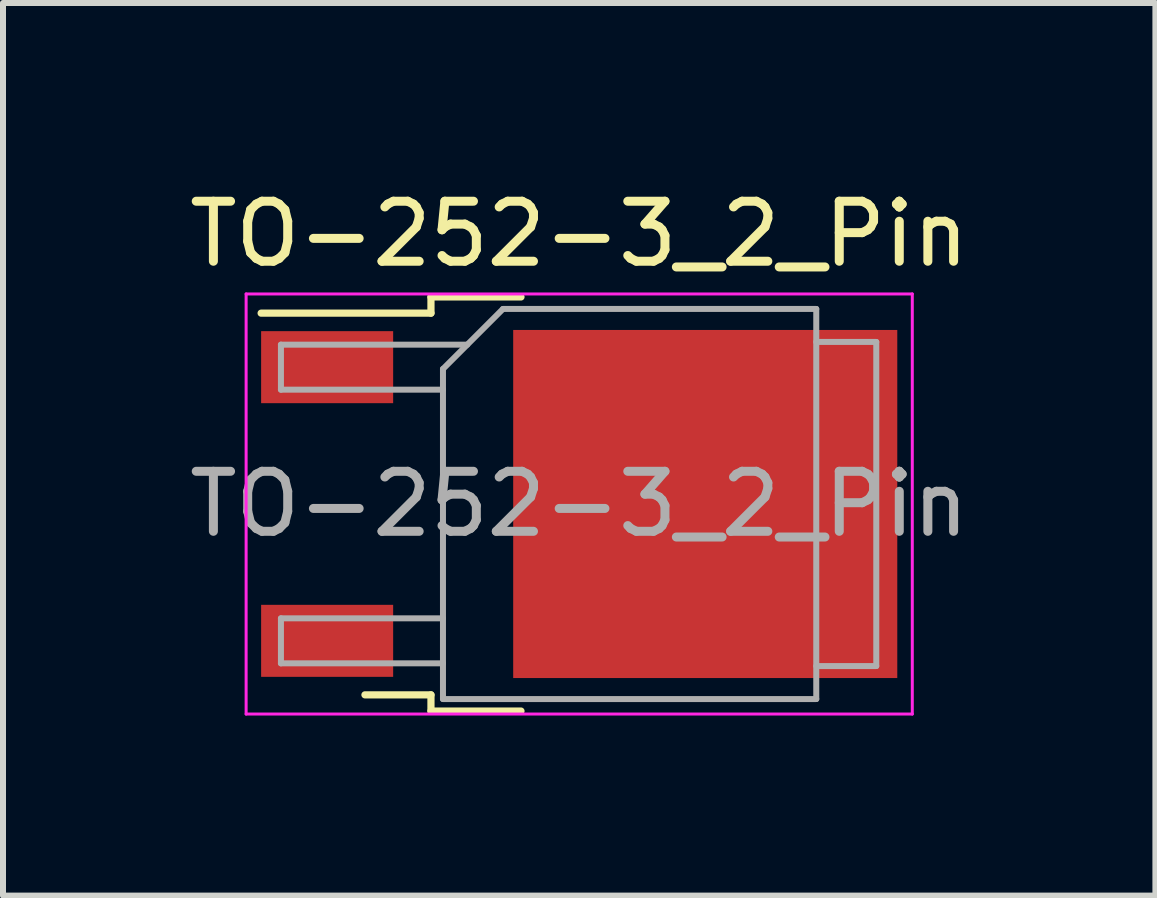
<source format=kicad_pcb>
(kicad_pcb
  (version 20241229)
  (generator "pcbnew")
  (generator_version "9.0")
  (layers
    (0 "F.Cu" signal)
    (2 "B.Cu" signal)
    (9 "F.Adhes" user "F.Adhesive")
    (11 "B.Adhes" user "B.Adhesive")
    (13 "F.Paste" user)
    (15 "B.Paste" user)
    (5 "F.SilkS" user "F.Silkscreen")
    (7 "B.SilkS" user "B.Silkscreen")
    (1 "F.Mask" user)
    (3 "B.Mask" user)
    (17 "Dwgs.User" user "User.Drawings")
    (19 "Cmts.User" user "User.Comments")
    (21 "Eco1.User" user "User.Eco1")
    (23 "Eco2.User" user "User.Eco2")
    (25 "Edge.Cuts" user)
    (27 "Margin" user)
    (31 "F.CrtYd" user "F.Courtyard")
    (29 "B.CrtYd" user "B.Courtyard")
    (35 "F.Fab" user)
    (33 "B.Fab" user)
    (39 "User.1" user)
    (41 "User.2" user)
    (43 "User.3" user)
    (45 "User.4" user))
  (footprint "TO-252-3_2_Pin"
    (layer "F.Cu")
    (at 6.601 5.348)
    (property "Reference" "TO-252-3_2_Pin" (at 0 -4.5 0) (layer "F.SilkS") (effects (font (size 1 1) (thickness 0.15))))
    (attr smd)
    (fp_line (start -2.47 -3.45) (end -2.47 -3.18) (stroke (width 0.12) (type solid)) (layer "F.SilkS"))
    (fp_line (start -2.47 -3.18) (end -5.3 -3.18) (stroke (width 0.12) (type solid)) (layer "F.SilkS"))
    (fp_line (start -2.47 3.18) (end -3.57 3.18) (stroke (width 0.12) (type solid)) (layer "F.SilkS"))
    (fp_line (start -2.47 3.45) (end -2.47 3.18) (stroke (width 0.12) (type solid)) (layer "F.SilkS"))
    (fp_line (start -0.97 -3.45) (end -2.47 -3.45) (stroke (width 0.12) (type solid)) (layer "F.SilkS"))
    (fp_line (start -0.97 3.45) (end -2.47 3.45) (stroke (width 0.12) (type solid)) (layer "F.SilkS"))
    (fp_line (start -5.55 -3.5) (end -5.55 3.5) (stroke (width 0.05) (type solid)) (layer "F.CrtYd"))
    (fp_line (start -5.55 3.5) (end 5.55 3.5) (stroke (width 0.05) (type solid)) (layer "F.CrtYd"))
    (fp_line (start 5.55 -3.5) (end -5.55 -3.5) (stroke (width 0.05) (type solid)) (layer "F.CrtYd"))
    (fp_line (start 5.55 3.5) (end 5.55 -3.5) (stroke (width 0.05) (type solid)) (layer "F.CrtYd"))
    (fp_line (start -4.97 -2.655) (end -4.97 -1.905) (stroke (width 0.1) (type solid)) (layer "F.Fab"))
    (fp_line (start -4.97 -1.905) (end -2.27 -1.905) (stroke (width 0.1) (type solid)) (layer "F.Fab"))
    (fp_line (start -4.97 1.905) (end -4.97 2.655) (stroke (width 0.1) (type solid)) (layer "F.Fab"))
    (fp_line (start -4.97 2.655) (end -2.27 2.655) (stroke (width 0.1) (type solid)) (layer "F.Fab"))
    (fp_line (start -2.27 -2.25) (end -1.27 -3.25) (stroke (width 0.1) (type solid)) (layer "F.Fab"))
    (fp_line (start -2.27 1.905) (end -4.97 1.905) (stroke (width 0.1) (type solid)) (layer "F.Fab"))
    (fp_line (start -2.27 3.25) (end -2.27 -2.25) (stroke (width 0.1) (type solid)) (layer "F.Fab"))
    (fp_line (start -1.865 -2.655) (end -4.97 -2.655) (stroke (width 0.1) (type solid)) (layer "F.Fab"))
    (fp_line (start -1.27 -3.25) (end 3.95 -3.25) (stroke (width 0.1) (type solid)) (layer "F.Fab"))
    (fp_line (start 3.95 -3.25) (end 3.95 3.25) (stroke (width 0.1) (type solid)) (layer "F.Fab"))
    (fp_line (start 3.95 -2.7) (end 4.95 -2.7) (stroke (width 0.1) (type solid)) (layer "F.Fab"))
    (fp_line (start 3.95 3.25) (end -2.27 3.25) (stroke (width 0.1) (type solid)) (layer "F.Fab"))
    (fp_line (start 4.95 -2.7) (end 4.95 2.7) (stroke (width 0.1) (type solid)) (layer "F.Fab"))
    (fp_line (start 4.95 2.7) (end 3.95 2.7) (stroke (width 0.1) (type solid)) (layer "F.Fab"))
    (fp_text user "${REFERENCE}" (at 0 0 0) (layer "F.Fab") (effects (font (size 1 1) (thickness 0.15))))
    (pad "" smd rect (at 0.425 -1.525) (size 3.05 2.75) (layers "F.Paste"))
    (pad "" smd rect (at 0.425 1.525) (size 3.05 2.75) (layers "F.Paste"))
    (pad "" smd rect (at 3.775 -1.525) (size 3.05 2.75) (layers "F.Paste"))
    (pad "" smd rect (at 3.775 1.525) (size 3.05 2.75) (layers "F.Paste"))
    (pad "1" smd rect (at -4.2 -2.28) (size 2.2 1.2) (layers "F.Cu" "F.Mask" "F.Paste"))
    (pad "2" smd rect (at 2.1 0) (size 6.4 5.8) (layers "F.Cu" "F.Mask"))
    (pad "3" smd rect (at -4.2 2.28) (size 2.2 1.2) (layers "F.Cu" "F.Mask" "F.Paste")))
  (gr_rect
    (start -3 -3)
    (end 16.202 11.873)
    (stroke (width 0.1) (type default))
    (fill no)
    (layer "Edge.Cuts")))
</source>
